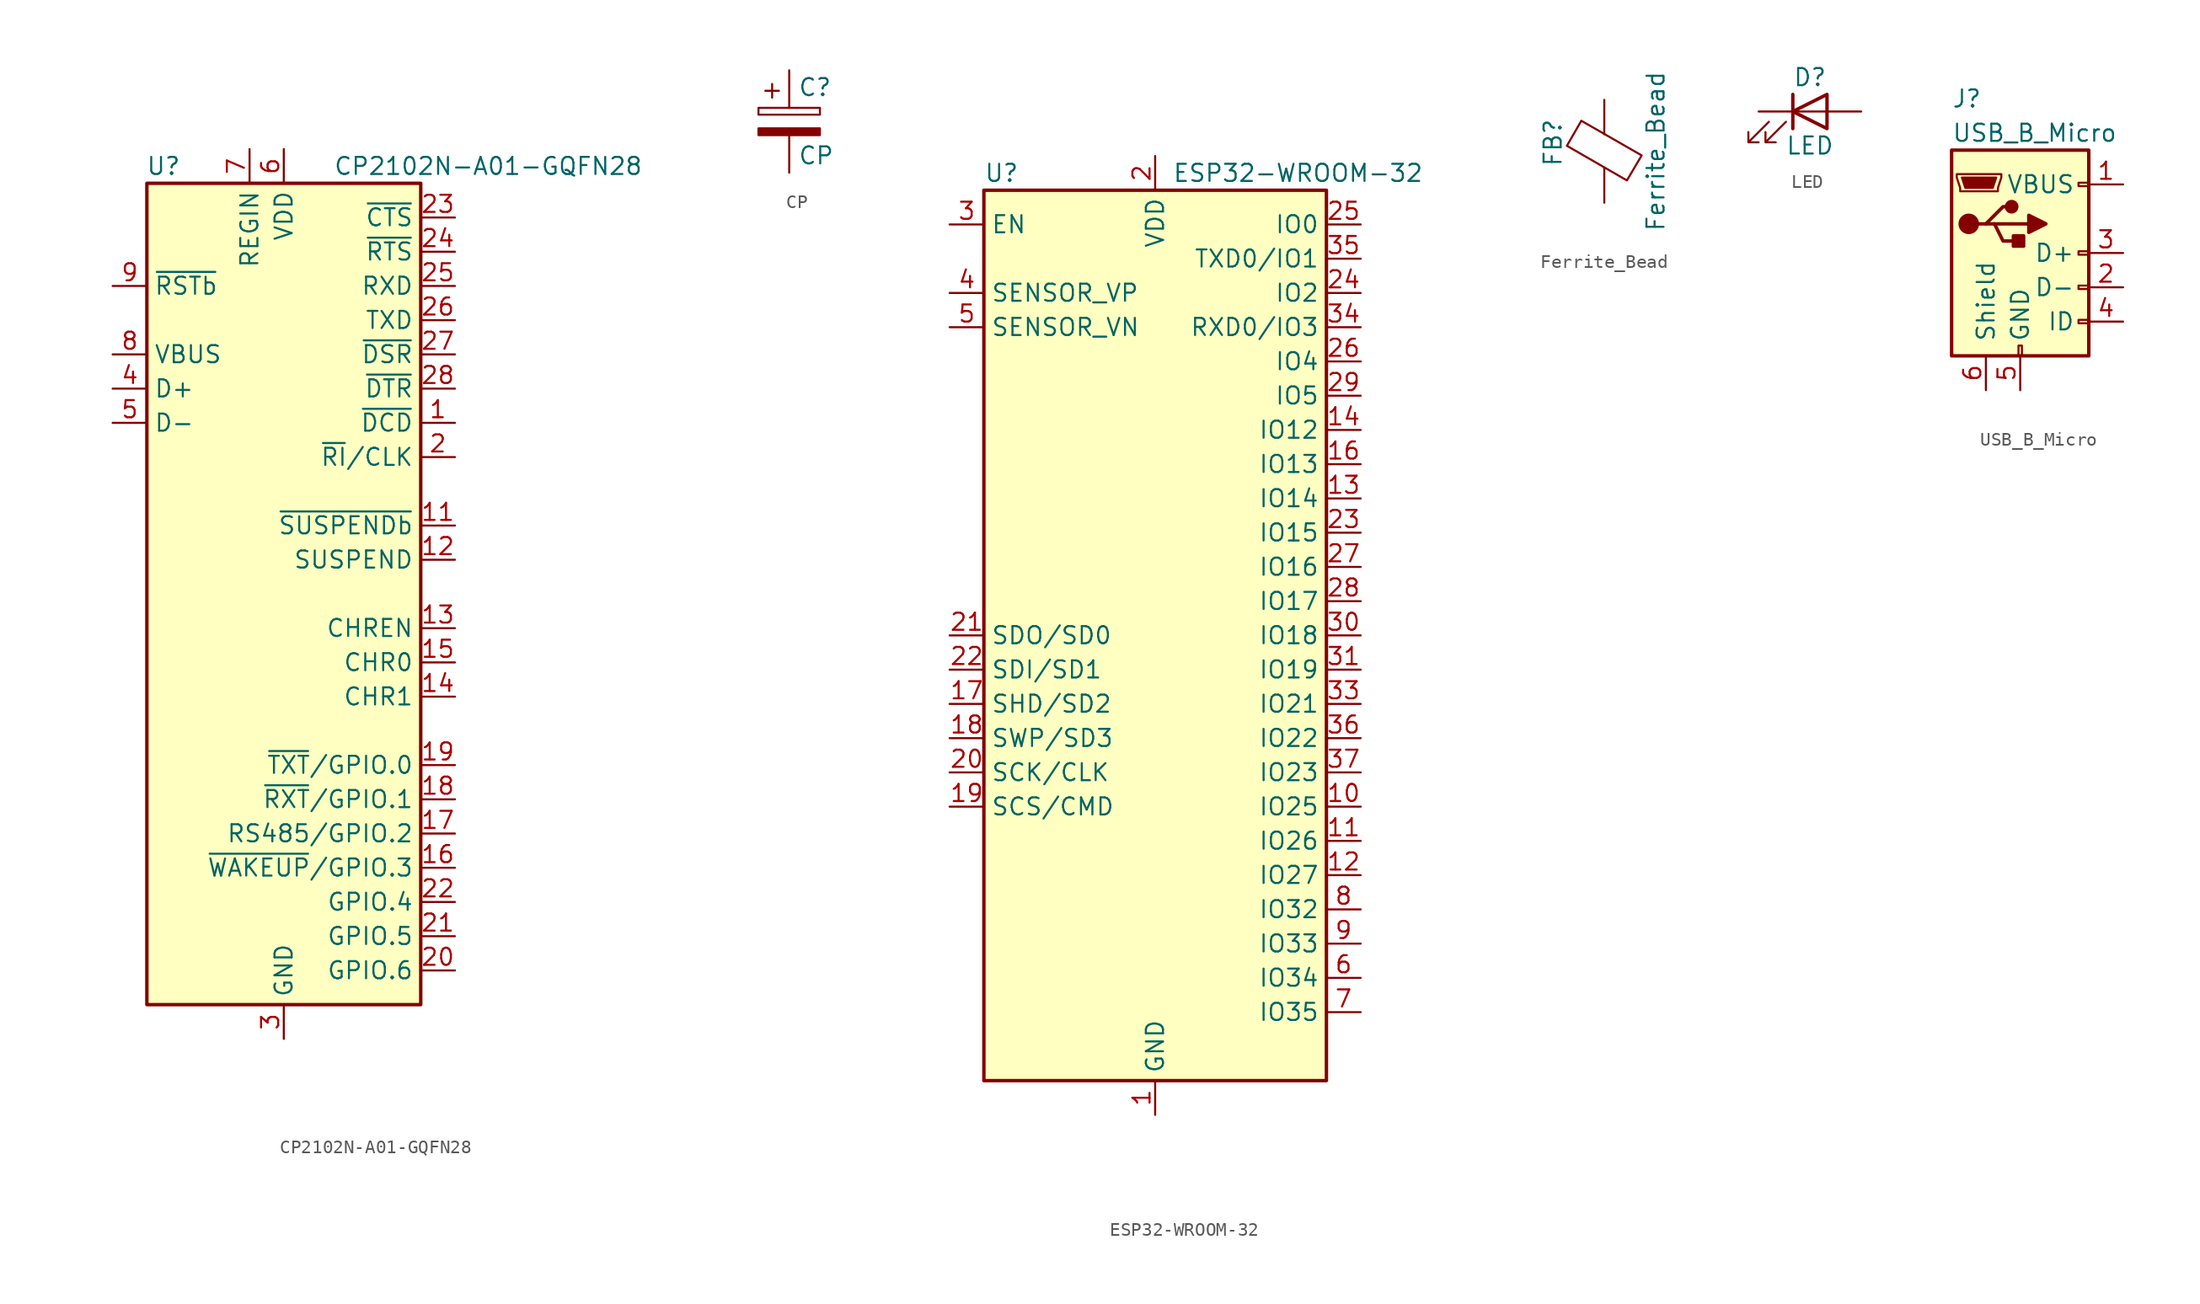
<source format=kicad_sym>
(kicad_symbol_lib
  (version 20201005)
  (generator kicad_symbol_editor)
  (symbol "NTP_PPP_LIBRARY:CP2102N-A01-GQFN28"
    (property "Reference" "U"
      (at -7.62 31.75 0)
      (effects (font (size 1.27 1.27)) (justify right)))
    (property "Value" "CP2102N-A01-GQFN28"
      (at 26.67 31.75 0)
      (effects (font (size 1.27 1.27)) (justify right)))
    (symbol "CP2102N-A01-GQFN28_0_1"
      (rectangle (start -10.16 30.48) (end 10.16 -30.48) (stroke (width 0.254)) (fill (type background))))
    (symbol "CP2102N-A01-GQFN28_1_1"
      (pin input line (at 12.7 12.7 180) (length 2.54) (name "~DCD" (effects (font (size 1.27 1.27)))) (number "1" (effects (font (size 1.27 1.27)))))
      (pin unconnected line (at -10.16 -10.16 0) (length 2.54) hide (name "NC" (effects (font (size 1.27 1.27)))) (number "10" (effects (font (size 1.27 1.27)))))
      (pin output line (at 12.7 5.08 180) (length 2.54) (name "~SUSPENDb" (effects (font (size 1.27 1.27)))) (number "11" (effects (font (size 1.27 1.27)))))
      (pin output line (at 12.7 2.54 180) (length 2.54) (name "SUSPEND" (effects (font (size 1.27 1.27)))) (number "12" (effects (font (size 1.27 1.27)))))
      (pin output line (at 12.7 -2.54 180) (length 2.54) (name "CHREN" (effects (font (size 1.27 1.27)))) (number "13" (effects (font (size 1.27 1.27)))))
      (pin output line (at 12.7 -7.62 180) (length 2.54) (name "CHR1" (effects (font (size 1.27 1.27)))) (number "14" (effects (font (size 1.27 1.27)))))
      (pin output line (at 12.7 -5.08 180) (length 2.54) (name "CHR0" (effects (font (size 1.27 1.27)))) (number "15" (effects (font (size 1.27 1.27)))))
      (pin bidirectional line (at 12.7 -20.32 180) (length 2.54) (name "~WAKEUP~/GPIO.3" (effects (font (size 1.27 1.27)))) (number "16" (effects (font (size 1.27 1.27)))))
      (pin bidirectional line (at 12.7 -17.78 180) (length 2.54) (name "RS485/GPIO.2" (effects (font (size 1.27 1.27)))) (number "17" (effects (font (size 1.27 1.27)))))
      (pin bidirectional line (at 12.7 -15.24 180) (length 2.54) (name "~RXT~/GPIO.1" (effects (font (size 1.27 1.27)))) (number "18" (effects (font (size 1.27 1.27)))))
      (pin bidirectional line (at 12.7 -12.7 180) (length 2.54) (name "~TXT~/GPIO.0" (effects (font (size 1.27 1.27)))) (number "19" (effects (font (size 1.27 1.27)))))
      (pin bidirectional line (at 12.7 10.16 180) (length 2.54) (name "~RI~/CLK" (effects (font (size 1.27 1.27)))) (number "2" (effects (font (size 1.27 1.27)))))
      (pin bidirectional line (at 12.7 -27.94 180) (length 2.54) (name "GPIO.6" (effects (font (size 1.27 1.27)))) (number "20" (effects (font (size 1.27 1.27)))))
      (pin bidirectional line (at 12.7 -25.4 180) (length 2.54) (name "GPIO.5" (effects (font (size 1.27 1.27)))) (number "21" (effects (font (size 1.27 1.27)))))
      (pin bidirectional line (at 12.7 -22.86 180) (length 2.54) (name "GPIO.4" (effects (font (size 1.27 1.27)))) (number "22" (effects (font (size 1.27 1.27)))))
      (pin input line (at 12.7 27.94 180) (length 2.54) (name "~CTS" (effects (font (size 1.27 1.27)))) (number "23" (effects (font (size 1.27 1.27)))))
      (pin output line (at 12.7 25.4 180) (length 2.54) (name "~RTS" (effects (font (size 1.27 1.27)))) (number "24" (effects (font (size 1.27 1.27)))))
      (pin input line (at 12.7 22.86 180) (length 2.54) (name "RXD" (effects (font (size 1.27 1.27)))) (number "25" (effects (font (size 1.27 1.27)))))
      (pin output line (at 12.7 20.32 180) (length 2.54) (name "TXD" (effects (font (size 1.27 1.27)))) (number "26" (effects (font (size 1.27 1.27)))))
      (pin input line (at 12.7 17.78 180) (length 2.54) (name "~DSR" (effects (font (size 1.27 1.27)))) (number "27" (effects (font (size 1.27 1.27)))))
      (pin output line (at 12.7 15.24 180) (length 2.54) (name "~DTR" (effects (font (size 1.27 1.27)))) (number "28" (effects (font (size 1.27 1.27)))))
      (pin passive line (at 0 -33.02 90) (length 2.54) hide (name "GND" (effects (font (size 1.27 1.27)))) (number "29" (effects (font (size 1.27 1.27)))))
      (pin power_in line (at 0 -33.02 90) (length 2.54) (name "GND" (effects (font (size 1.27 1.27)))) (number "3" (effects (font (size 1.27 1.27)))))
      (pin bidirectional line (at -12.7 15.24 0) (length 2.54) (name "D+" (effects (font (size 1.27 1.27)))) (number "4" (effects (font (size 1.27 1.27)))))
      (pin bidirectional line (at -12.7 12.7 0) (length 2.54) (name "D-" (effects (font (size 1.27 1.27)))) (number "5" (effects (font (size 1.27 1.27)))))
      (pin passive line (at 0 33.02 270) (length 2.54) (name "VDD" (effects (font (size 1.27 1.27)))) (number "6" (effects (font (size 1.27 1.27)))))
      (pin power_in line (at -2.54 33.02 270) (length 2.54) (name "REGIN" (effects (font (size 1.27 1.27)))) (number "7" (effects (font (size 1.27 1.27)))))
      (pin input line (at -12.7 17.78 0) (length 2.54) (name "VBUS" (effects (font (size 1.27 1.27)))) (number "8" (effects (font (size 1.27 1.27)))))
      (pin input line (at -12.7 22.86 0) (length 2.54) (name "~RSTb" (effects (font (size 1.27 1.27)))) (number "9" (effects (font (size 1.27 1.27)))))))
  (symbol "NTP_PPP_LIBRARY:CP"
    (pin_numbers hide)
    (pin_names
      (offset 0.254))
    (property "Reference" "C"
      (at 0.635 2.54 0)
      (effects (font (size 1.27 1.27)) (justify left)))
    (property "Value" "CP"
      (at 0.635 -2.54 0)
      (effects (font (size 1.27 1.27)) (justify left)))
    (symbol "CP_0_1"
      (rectangle (start -2.286 0.508) (end 2.286 1.016) (stroke (width 0)) (fill (type none)))
      (rectangle (start 2.286 -0.508) (end -2.286 -1.016) (stroke (width 0)) (fill (type outline)))
      (polyline (pts (xy -1.778 2.286) (xy -0.762 2.286)) (stroke (width 0)) (fill (type none)))
      (polyline (pts (xy -1.27 2.794) (xy -1.27 1.778)) (stroke (width 0)) (fill (type none))))
    (symbol "CP_1_1"
      (pin passive line (at 0 3.81 270) (length 2.794) (name "~" (effects (font (size 1.27 1.27)))) (number "1" (effects (font (size 1.27 1.27)))))
      (pin passive line (at 0 -3.81 90) (length 2.794) (name "~" (effects (font (size 1.27 1.27)))) (number "2" (effects (font (size 1.27 1.27)))))))
  (symbol "NTP_PPP_LIBRARY:ESP32-WROOM-32"
    (property "Reference" "U"
      (at -12.7 34.29 0)
      (effects (font (size 1.27 1.27)) (justify left)))
    (property "Value" "ESP32-WROOM-32"
      (at 1.27 34.29 0)
      (effects (font (size 1.27 1.27)) (justify left)))
    (symbol "ESP32-WROOM-32_0_1"
      (rectangle (start -12.7 33.02) (end 12.7 -33.02) (stroke (width 0.254)) (fill (type background))))
    (symbol "ESP32-WROOM-32_1_1"
      (pin power_in line (at 0 -35.56 90) (length 2.54) (name "GND" (effects (font (size 1.27 1.27)))) (number "1" (effects (font (size 1.27 1.27)))))
      (pin bidirectional line (at 15.24 -12.7 180) (length 2.54) (name "IO25" (effects (font (size 1.27 1.27)))) (number "10" (effects (font (size 1.27 1.27)))))
      (pin bidirectional line (at 15.24 -15.24 180) (length 2.54) (name "IO26" (effects (font (size 1.27 1.27)))) (number "11" (effects (font (size 1.27 1.27)))))
      (pin bidirectional line (at 15.24 -17.78 180) (length 2.54) (name "IO27" (effects (font (size 1.27 1.27)))) (number "12" (effects (font (size 1.27 1.27)))))
      (pin bidirectional line (at 15.24 10.16 180) (length 2.54) (name "IO14" (effects (font (size 1.27 1.27)))) (number "13" (effects (font (size 1.27 1.27)))))
      (pin bidirectional line (at 15.24 15.24 180) (length 2.54) (name "IO12" (effects (font (size 1.27 1.27)))) (number "14" (effects (font (size 1.27 1.27)))))
      (pin passive line (at 0 -35.56 90) (length 2.54) hide (name "GND" (effects (font (size 1.27 1.27)))) (number "15" (effects (font (size 1.27 1.27)))))
      (pin bidirectional line (at 15.24 12.7 180) (length 2.54) (name "IO13" (effects (font (size 1.27 1.27)))) (number "16" (effects (font (size 1.27 1.27)))))
      (pin bidirectional line (at -15.24 -5.08 0) (length 2.54) (name "SHD/SD2" (effects (font (size 1.27 1.27)))) (number "17" (effects (font (size 1.27 1.27)))))
      (pin bidirectional line (at -15.24 -7.62 0) (length 2.54) (name "SWP/SD3" (effects (font (size 1.27 1.27)))) (number "18" (effects (font (size 1.27 1.27)))))
      (pin bidirectional line (at -15.24 -12.7 0) (length 2.54) (name "SCS/CMD" (effects (font (size 1.27 1.27)))) (number "19" (effects (font (size 1.27 1.27)))))
      (pin power_in line (at 0 35.56 270) (length 2.54) (name "VDD" (effects (font (size 1.27 1.27)))) (number "2" (effects (font (size 1.27 1.27)))))
      (pin bidirectional line (at -15.24 -10.16 0) (length 2.54) (name "SCK/CLK" (effects (font (size 1.27 1.27)))) (number "20" (effects (font (size 1.27 1.27)))))
      (pin bidirectional line (at -15.24 0 0) (length 2.54) (name "SDO/SD0" (effects (font (size 1.27 1.27)))) (number "21" (effects (font (size 1.27 1.27)))))
      (pin bidirectional line (at -15.24 -2.54 0) (length 2.54) (name "SDI/SD1" (effects (font (size 1.27 1.27)))) (number "22" (effects (font (size 1.27 1.27)))))
      (pin bidirectional line (at 15.24 7.62 180) (length 2.54) (name "IO15" (effects (font (size 1.27 1.27)))) (number "23" (effects (font (size 1.27 1.27)))))
      (pin bidirectional line (at 15.24 25.4 180) (length 2.54) (name "IO2" (effects (font (size 1.27 1.27)))) (number "24" (effects (font (size 1.27 1.27)))))
      (pin bidirectional line (at 15.24 30.48 180) (length 2.54) (name "IO0" (effects (font (size 1.27 1.27)))) (number "25" (effects (font (size 1.27 1.27)))))
      (pin bidirectional line (at 15.24 20.32 180) (length 2.54) (name "IO4" (effects (font (size 1.27 1.27)))) (number "26" (effects (font (size 1.27 1.27)))))
      (pin bidirectional line (at 15.24 5.08 180) (length 2.54) (name "IO16" (effects (font (size 1.27 1.27)))) (number "27" (effects (font (size 1.27 1.27)))))
      (pin bidirectional line (at 15.24 2.54 180) (length 2.54) (name "IO17" (effects (font (size 1.27 1.27)))) (number "28" (effects (font (size 1.27 1.27)))))
      (pin bidirectional line (at 15.24 17.78 180) (length 2.54) (name "IO5" (effects (font (size 1.27 1.27)))) (number "29" (effects (font (size 1.27 1.27)))))
      (pin input line (at -15.24 30.48 0) (length 2.54) (name "EN" (effects (font (size 1.27 1.27)))) (number "3" (effects (font (size 1.27 1.27)))))
      (pin bidirectional line (at 15.24 0 180) (length 2.54) (name "IO18" (effects (font (size 1.27 1.27)))) (number "30" (effects (font (size 1.27 1.27)))))
      (pin bidirectional line (at 15.24 -2.54 180) (length 2.54) (name "IO19" (effects (font (size 1.27 1.27)))) (number "31" (effects (font (size 1.27 1.27)))))
      (pin unconnected line (at -12.7 -27.94 0) (length 2.54) hide (name "NC" (effects (font (size 1.27 1.27)))) (number "32" (effects (font (size 1.27 1.27)))))
      (pin bidirectional line (at 15.24 -5.08 180) (length 2.54) (name "IO21" (effects (font (size 1.27 1.27)))) (number "33" (effects (font (size 1.27 1.27)))))
      (pin bidirectional line (at 15.24 22.86 180) (length 2.54) (name "RXD0/IO3" (effects (font (size 1.27 1.27)))) (number "34" (effects (font (size 1.27 1.27)))))
      (pin bidirectional line (at 15.24 27.94 180) (length 2.54) (name "TXD0/IO1" (effects (font (size 1.27 1.27)))) (number "35" (effects (font (size 1.27 1.27)))))
      (pin bidirectional line (at 15.24 -7.62 180) (length 2.54) (name "IO22" (effects (font (size 1.27 1.27)))) (number "36" (effects (font (size 1.27 1.27)))))
      (pin bidirectional line (at 15.24 -10.16 180) (length 2.54) (name "IO23" (effects (font (size 1.27 1.27)))) (number "37" (effects (font (size 1.27 1.27)))))
      (pin passive line (at 0 -35.56 90) (length 2.54) hide (name "GND" (effects (font (size 1.27 1.27)))) (number "38" (effects (font (size 1.27 1.27)))))
      (pin passive line (at 0 -35.56 90) (length 2.54) hide (name "GND" (effects (font (size 1.27 1.27)))) (number "39" (effects (font (size 1.27 1.27)))))
      (pin input line (at -15.24 25.4 0) (length 2.54) (name "SENSOR_VP" (effects (font (size 1.27 1.27)))) (number "4" (effects (font (size 1.27 1.27)))))
      (pin input line (at -15.24 22.86 0) (length 2.54) (name "SENSOR_VN" (effects (font (size 1.27 1.27)))) (number "5" (effects (font (size 1.27 1.27)))))
      (pin input line (at 15.24 -25.4 180) (length 2.54) (name "IO34" (effects (font (size 1.27 1.27)))) (number "6" (effects (font (size 1.27 1.27)))))
      (pin input line (at 15.24 -27.94 180) (length 2.54) (name "IO35" (effects (font (size 1.27 1.27)))) (number "7" (effects (font (size 1.27 1.27)))))
      (pin bidirectional line (at 15.24 -20.32 180) (length 2.54) (name "IO32" (effects (font (size 1.27 1.27)))) (number "8" (effects (font (size 1.27 1.27)))))
      (pin bidirectional line (at 15.24 -22.86 180) (length 2.54) (name "IO33" (effects (font (size 1.27 1.27)))) (number "9" (effects (font (size 1.27 1.27)))))))
  (symbol "NTP_PPP_LIBRARY:Ferrite_Bead"
    (pin_numbers hide)
    (pin_names
      (offset 0))
    (property "Reference" "FB"
      (at -3.81 0.635 90)
      (effects (font (size 1.27 1.27))))
    (property "Value" "Ferrite_Bead"
      (at 3.81 0 90)
      (effects (font (size 1.27 1.27))))
    (symbol "Ferrite_Bead_0_1"
      (polyline (pts (xy 0 -1.27) (xy 0 -1.219)) (stroke (width 0)) (fill (type none)))
      (polyline (pts (xy 0 1.27) (xy 0 1.295)) (stroke (width 0)) (fill (type none)))
      (polyline (pts (xy -2.769 0.406) (xy -1.702 2.261) (xy 2.769 -0.305) (xy 1.676 -2.159) (xy -2.769 0.406)) (stroke (width 0)) (fill (type none))))
    (symbol "Ferrite_Bead_1_1"
      (pin passive line (at 0 3.81 270) (length 2.54) (name "~" (effects (font (size 1.27 1.27)))) (number "1" (effects (font (size 1.27 1.27)))))
      (pin passive line (at 0 -3.81 90) (length 2.54) (name "~" (effects (font (size 1.27 1.27)))) (number "2" (effects (font (size 1.27 1.27)))))))
  (symbol "NTP_PPP_LIBRARY:LED"
    (pin_numbers hide)
    (pin_names
      (offset 1.016) hide)
    (property "Reference" "D"
      (at 0 2.54 0)
      (effects (font (size 1.27 1.27))))
    (property "Value" "LED"
      (at 0 -2.54 0)
      (effects (font (size 1.27 1.27))))
    (symbol "LED_0_1"
      (polyline (pts (xy -1.27 -1.27) (xy -1.27 1.27)) (stroke (width 0.254)) (fill (type none)))
      (polyline (pts (xy -1.27 0) (xy 1.27 0)) (stroke (width 0)) (fill (type none)))
      (polyline (pts (xy 1.27 -1.27) (xy 1.27 1.27) (xy -1.27 0) (xy 1.27 -1.27)) (stroke (width 0.254)) (fill (type none)))
      (polyline (pts (xy -3.048 -0.762) (xy -4.572 -2.286) (xy -3.81 -2.286) (xy -4.572 -2.286) (xy -4.572 -1.524)) (stroke (width 0)) (fill (type none)))
      (polyline (pts (xy -1.778 -0.762) (xy -3.302 -2.286) (xy -2.54 -2.286) (xy -3.302 -2.286) (xy -3.302 -1.524)) (stroke (width 0)) (fill (type none))))
    (symbol "LED_1_1"
      (pin passive line (at -3.81 0 0) (length 2.54) (name "K" (effects (font (size 1.27 1.27)))) (number "1" (effects (font (size 1.27 1.27)))))
      (pin passive line (at 3.81 0 180) (length 2.54) (name "A" (effects (font (size 1.27 1.27)))) (number "2" (effects (font (size 1.27 1.27)))))))
  (symbol "NTP_PPP_LIBRARY:USB_B_Micro"
    (pin_names
      (offset 1.016))
    (property "Reference" "J"
      (at -5.08 11.43 0)
      (effects (font (size 1.27 1.27)) (justify left)))
    (property "Value" "USB_B_Micro"
      (at -5.08 8.89 0)
      (effects (font (size 1.27 1.27)) (justify left)))
    (symbol "USB_B_Micro_0_1"
      (circle (center -3.81 2.159) (radius 0.635) (stroke (width 0.254)) (fill (type outline)))
      (circle (center -0.635 3.429) (radius 0.381) (stroke (width 0.254)) (fill (type outline)))
      (rectangle (start -5.08 -7.62) (end 5.08 7.62) (stroke (width 0.254)) (fill (type background)))
      (rectangle (start -0.127 -7.62) (end 0.127 -6.858) (stroke (width 0)) (fill (type none)))
      (rectangle (start 0.254 1.27) (end -0.508 0.508) (stroke (width 0.254)) (fill (type outline)))
      (rectangle (start 5.08 -5.207) (end 4.318 -4.953) (stroke (width 0)) (fill (type none)))
      (rectangle (start 5.08 -2.667) (end 4.318 -2.413) (stroke (width 0)) (fill (type none)))
      (rectangle (start 5.08 -0.127) (end 4.318 0.127) (stroke (width 0)) (fill (type none)))
      (rectangle (start 5.08 4.953) (end 4.318 5.207) (stroke (width 0)) (fill (type none)))
      (polyline (pts (xy -1.905 2.159) (xy 0.635 2.159)) (stroke (width 0.254)) (fill (type none)))
      (polyline (pts (xy -3.175 2.159) (xy -2.54 2.159) (xy -1.27 3.429) (xy -0.635 3.429)) (stroke (width 0.254)) (fill (type none)))
      (polyline (pts (xy -2.54 2.159) (xy -1.905 2.159) (xy -1.27 0.889) (xy 0 0.889)) (stroke (width 0.254)) (fill (type none)))
      (polyline (pts (xy 0.635 2.794) (xy 0.635 1.524) (xy 1.905 2.159) (xy 0.635 2.794)) (stroke (width 0.254)) (fill (type outline)))
      (polyline (pts (xy -4.318 5.588) (xy -1.778 5.588) (xy -2.032 4.826) (xy -4.064 4.826) (xy -4.318 5.588)) (stroke (width 0)) (fill (type outline)))
      (polyline (pts (xy -4.699 5.842) (xy -4.699 5.588) (xy -4.445 4.826) (xy -4.445 4.572) (xy -1.651 4.572) (xy -1.651 4.826) (xy -1.397 5.588) (xy -1.397 5.842) (xy -4.699 5.842)) (stroke (width 0)) (fill (type none))))
    (symbol "USB_B_Micro_1_1"
      (pin power_out line (at 7.62 5.08 180) (length 2.54) (name "VBUS" (effects (font (size 1.27 1.27)))) (number "1" (effects (font (size 1.27 1.27)))))
      (pin bidirectional line (at 7.62 -2.54 180) (length 2.54) (name "D-" (effects (font (size 1.27 1.27)))) (number "2" (effects (font (size 1.27 1.27)))))
      (pin bidirectional line (at 7.62 0 180) (length 2.54) (name "D+" (effects (font (size 1.27 1.27)))) (number "3" (effects (font (size 1.27 1.27)))))
      (pin passive line (at 7.62 -5.08 180) (length 2.54) (name "ID" (effects (font (size 1.27 1.27)))) (number "4" (effects (font (size 1.27 1.27)))))
      (pin power_out line (at 0 -10.16 90) (length 2.54) (name "GND" (effects (font (size 1.27 1.27)))) (number "5" (effects (font (size 1.27 1.27)))))
      (pin passive line (at -2.54 -10.16 90) (length 2.54) (name "Shield" (effects (font (size 1.27 1.27)))) (number "6" (effects (font (size 1.27 1.27))))))))
</source>
